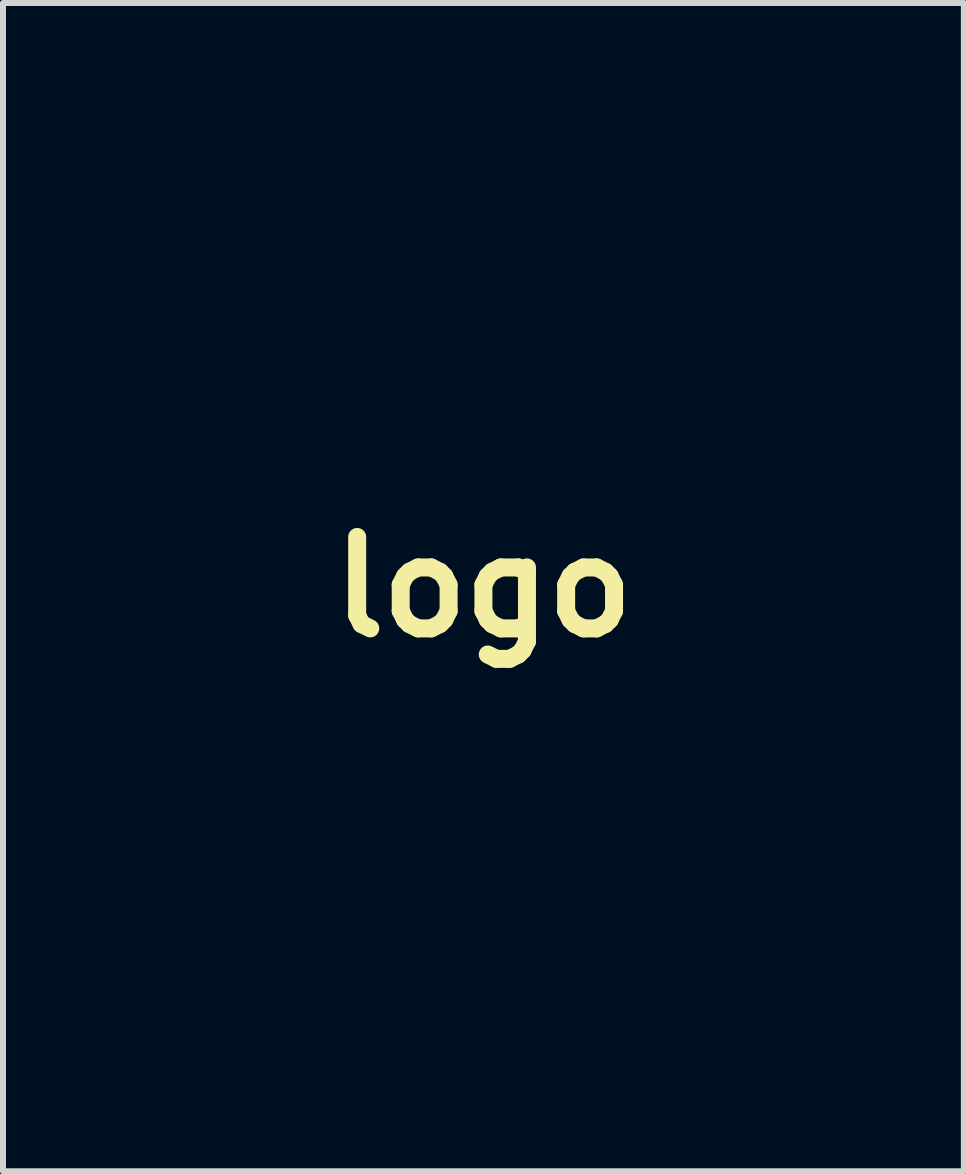
<source format=kicad_pcb>
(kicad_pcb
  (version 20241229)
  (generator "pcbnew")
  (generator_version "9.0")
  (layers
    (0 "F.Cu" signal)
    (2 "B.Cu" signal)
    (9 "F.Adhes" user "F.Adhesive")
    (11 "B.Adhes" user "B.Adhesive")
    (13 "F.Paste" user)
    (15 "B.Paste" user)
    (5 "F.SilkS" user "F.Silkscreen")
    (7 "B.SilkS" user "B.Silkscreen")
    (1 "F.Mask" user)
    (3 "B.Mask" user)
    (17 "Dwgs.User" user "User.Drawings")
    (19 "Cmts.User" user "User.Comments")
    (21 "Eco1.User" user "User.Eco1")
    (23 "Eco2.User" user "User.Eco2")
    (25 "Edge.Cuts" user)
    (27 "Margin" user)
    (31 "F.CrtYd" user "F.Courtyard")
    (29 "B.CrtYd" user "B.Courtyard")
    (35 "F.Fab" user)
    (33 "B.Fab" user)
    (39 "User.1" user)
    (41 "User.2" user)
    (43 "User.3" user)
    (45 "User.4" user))
  (footprint "logo"
    (layer "F.Cu")
    (at 5.009 6.736)
    (property "Reference" "logo" (at 0 0 0) (layer "F.SilkS") (effects (font (size 1.524 1.524) (thickness 0.3))))
    (attr through_hole)
    (fp_poly (pts (xy 0.226 2.45) (xy 0.302 2.51) (xy 0.362 2.598) (xy 0.392 2.687) (xy 0.395 2.794) (xy 0.368 2.912) (xy 0.316 3.017) (xy 0.303 3.035) (xy 0.231 3.09) (xy 0.144 3.106) (xy 0.059 3.083) (xy 0.003 3.036) (xy -0.047 2.94) (xy -0.071 2.825) (xy -0.069 2.704) (xy -0.044 2.589) (xy 0.003 2.496) (xy 0.065 2.44) (xy 0.144 2.424) (xy 0.226 2.45)) (stroke (width 0.01) (type solid)) (fill no) (layer "Eco2.User"))
    (fp_poly (pts (xy -0.657 -4.776) (xy -0.641 -4.766) (xy -0.643 -4.747) (xy -0.644 -4.744) (xy -0.659 -4.696) (xy -0.661 -4.68) (xy -0.684 -4.668) (xy -0.746 -4.656) (xy -0.833 -4.646) (xy -0.847 -4.645) (xy -0.964 -4.632) (xy -1.083 -4.615) (xy -1.168 -4.6) (xy -1.303 -4.571) (xy -1.269 -4.271) (xy -1.426 -4.271) (xy -1.418 -4.478) (xy -1.411 -4.686) (xy -1.284 -4.72) (xy -1.202 -4.737) (xy -1.089 -4.753) (xy -0.961 -4.767) (xy -0.892 -4.772) (xy -0.774 -4.778) (xy -0.698 -4.78) (xy -0.657 -4.776)) (stroke (width 0.01) (type solid)) (fill no) (layer "Eco2.User"))
    (fp_poly (pts (xy -2.568 -4.756) (xy -2.571 -4.716) (xy -2.586 -4.692) (xy -2.626 -4.679) (xy -2.703 -4.67) (xy -2.727 -4.668) (xy -2.83 -4.66) (xy -2.928 -4.657) (xy -2.98 -4.658) (xy -3.045 -4.658) (xy -3.085 -4.651) (xy -3.089 -4.649) (xy -3.092 -4.619) (xy -3.086 -4.555) (xy -3.077 -4.501) (xy -3.058 -4.393) (xy -3.052 -4.325) (xy -3.062 -4.289) (xy -3.088 -4.274) (xy -3.124 -4.271) (xy -3.164 -4.274) (xy -3.188 -4.291) (xy -3.201 -4.333) (xy -3.211 -4.413) (xy -3.212 -4.425) (xy -3.226 -4.517) (xy -3.243 -4.594) (xy -3.256 -4.63) (xy -3.271 -4.692) (xy -3.267 -4.729) (xy -3.254 -4.752) (xy -3.228 -4.77) (xy -3.18 -4.783) (xy -3.104 -4.795) (xy -2.993 -4.804) (xy -2.84 -4.815) (xy -2.803 -4.817) (xy -2.568 -4.83) (xy -2.568 -4.756)) (stroke (width 0.01) (type solid)) (fill no) (layer "Eco2.User"))
    (fp_poly (pts (xy -1.826 -4.829) (xy -1.779 -4.823) (xy -1.759 -4.806) (xy -1.754 -4.774) (xy -1.754 -4.77) (xy -1.759 -4.736) (xy -1.779 -4.717) (xy -1.828 -4.706) (xy -1.908 -4.699) (xy -2.033 -4.678) (xy -2.115 -4.634) (xy -2.159 -4.564) (xy -2.168 -4.511) (xy -2.169 -4.467) (xy -2.153 -4.444) (xy -2.108 -4.434) (xy -2.047 -4.43) (xy -1.919 -4.422) (xy -1.833 -4.41) (xy -1.783 -4.392) (xy -1.759 -4.365) (xy -1.754 -4.334) (xy -1.757 -4.301) (xy -1.773 -4.282) (xy -1.813 -4.274) (xy -1.889 -4.273) (xy -1.926 -4.274) (xy -2.026 -4.278) (xy -2.116 -4.287) (xy -2.169 -4.297) (xy -2.254 -4.334) (xy -2.299 -4.387) (xy -2.313 -4.469) (xy -2.314 -4.484) (xy -2.291 -4.614) (xy -2.228 -4.716) (xy -2.128 -4.788) (xy -1.994 -4.825) (xy -1.913 -4.831) (xy -1.826 -4.829)) (stroke (width 0.01) (type solid)) (fill no) (layer "Eco2.User"))
    (fp_poly (pts (xy -4.145 -4.84) (xy -4.115 -4.807) (xy -4.074 -4.759) (xy -4.01 -4.688) (xy -3.935 -4.606) (xy -3.914 -4.583) (xy -3.763 -4.422) (xy -3.763 -4.585) (xy -3.761 -4.675) (xy -3.753 -4.726) (xy -3.735 -4.752) (xy -3.706 -4.764) (xy -3.651 -4.776) (xy -3.626 -4.78) (xy -3.618 -4.757) (xy -3.615 -4.696) (xy -3.617 -4.61) (xy -3.624 -4.51) (xy -3.633 -4.411) (xy -3.644 -4.323) (xy -3.657 -4.26) (xy -3.664 -4.241) (xy -3.706 -4.2) (xy -3.761 -4.207) (xy -3.829 -4.261) (xy -3.873 -4.316) (xy -3.941 -4.401) (xy -4.014 -4.485) (xy -4.05 -4.521) (xy -4.137 -4.605) (xy -4.155 -4.4) (xy -4.166 -4.297) (xy -4.178 -4.234) (xy -4.194 -4.204) (xy -4.217 -4.195) (xy -4.218 -4.195) (xy -4.266 -4.204) (xy -4.28 -4.212) (xy -4.291 -4.249) (xy -4.296 -4.322) (xy -4.296 -4.417) (xy -4.29 -4.52) (xy -4.279 -4.616) (xy -4.268 -4.673) (xy -4.244 -4.753) (xy -4.215 -4.815) (xy -4.203 -4.831) (xy -4.174 -4.852) (xy -4.145 -4.84)) (stroke (width 0.01) (type solid)) (fill no) (layer "Eco2.User"))
    (fp_poly (pts (xy 0.534 1.304) (xy 0.712 1.334) (xy 0.86 1.403) (xy 0.988 1.513) (xy 1.001 1.529) (xy 1.079 1.642) (xy 1.114 1.757) (xy 1.107 1.884) (xy 1.06 2.032) (xy 1.057 2.04) (xy 0.989 2.136) (xy 0.879 2.204) (xy 0.727 2.245) (xy 0.623 2.256) (xy 0.519 2.259) (xy 0.442 2.251) (xy 0.37 2.227) (xy 0.31 2.198) (xy 0.176 2.108) (xy 0.087 1.994) (xy 0.04 1.852) (xy 0.032 1.784) (xy 0.034 1.748) (xy 0.156 1.748) (xy 0.172 1.858) (xy 0.223 1.96) (xy 0.307 2.044) (xy 0.343 2.066) (xy 0.468 2.11) (xy 0.612 2.123) (xy 0.755 2.105) (xy 0.839 2.076) (xy 0.881 2.041) (xy 0.927 1.981) (xy 0.969 1.91) (xy 0.996 1.845) (xy 1.001 1.802) (xy 1 1.798) (xy 0.969 1.789) (xy 0.907 1.79) (xy 0.881 1.793) (xy 0.759 1.793) (xy 0.648 1.76) (xy 0.558 1.699) (xy 0.5 1.618) (xy 0.483 1.538) (xy 0.466 1.478) (xy 0.418 1.456) (xy 0.34 1.473) (xy 0.317 1.483) (xy 0.228 1.55) (xy 0.174 1.642) (xy 0.156 1.748) (xy 0.034 1.748) (xy 0.042 1.625) (xy 0.094 1.494) (xy 0.183 1.395) (xy 0.305 1.33) (xy 0.459 1.303) (xy 0.534 1.304)) (stroke (width 0.01) (type solid)) (fill no) (layer "Eco2.User"))
    (fp_poly (pts (xy 0.772 3.19) (xy 0.879 3.216) (xy 0.932 3.244) (xy 1.033 3.341) (xy 1.092 3.452) (xy 1.112 3.565) (xy 1.1 3.715) (xy 1.044 3.858) (xy 0.949 3.981) (xy 0.859 4.051) (xy 0.73 4.107) (xy 0.581 4.134) (xy 0.434 4.131) (xy 0.357 4.113) (xy 0.246 4.051) (xy 0.146 3.951) (xy 0.067 3.825) (xy 0.016 3.686) (xy 0 3.563) (xy 0.018 3.498) (xy 0.153 3.498) (xy 0.169 3.522) (xy 0.225 3.533) (xy 0.27 3.534) (xy 0.351 3.541) (xy 0.412 3.567) (xy 0.473 3.621) (xy 0.538 3.71) (xy 0.561 3.801) (xy 0.543 3.884) (xy 0.509 3.928) (xy 0.471 3.97) (xy 0.458 3.996) (xy 0.479 4.014) (xy 0.536 4.017) (xy 0.614 4.004) (xy 0.702 3.977) (xy 0.755 3.955) (xy 0.869 3.883) (xy 0.939 3.79) (xy 0.97 3.669) (xy 0.973 3.619) (xy 0.963 3.506) (xy 0.925 3.424) (xy 0.856 3.37) (xy 0.748 3.341) (xy 0.598 3.331) (xy 0.587 3.331) (xy 0.428 3.34) (xy 0.3 3.367) (xy 0.209 3.408) (xy 0.16 3.463) (xy 0.153 3.498) (xy 0.018 3.498) (xy 0.023 3.477) (xy 0.087 3.388) (xy 0.181 3.307) (xy 0.296 3.242) (xy 0.371 3.214) (xy 0.503 3.188) (xy 0.641 3.18) (xy 0.772 3.19)) (stroke (width 0.01) (type solid)) (fill no) (layer "Eco2.User"))
    (fp_poly (pts (xy -2.415 -6.729) (xy -2.144 -6.71) (xy -1.907 -6.672) (xy -1.689 -6.612) (xy -1.476 -6.528) (xy -1.411 -6.497) (xy -1.25 -6.408) (xy -1.076 -6.291) (xy -0.897 -6.155) (xy -0.721 -6.007) (xy -0.559 -5.856) (xy -0.419 -5.708) (xy -0.31 -5.572) (xy -0.266 -5.505) (xy -0.23 -5.427) (xy -0.187 -5.311) (xy -0.142 -5.17) (xy -0.097 -5.017) (xy -0.058 -4.863) (xy -0.027 -4.721) (xy -0.022 -4.697) (xy -0.006 -4.553) (xy -0.014 -4.411) (xy -0.048 -4.26) (xy -0.111 -4.09) (xy -0.179 -3.941) (xy -0.301 -3.697) (xy -0.412 -3.495) (xy -0.52 -3.325) (xy -0.631 -3.183) (xy -0.753 -3.059) (xy -0.892 -2.948) (xy -1.054 -2.842) (xy -1.248 -2.734) (xy -1.417 -2.647) (xy -1.728 -2.492) (xy -2.065 -2.493) (xy -2.362 -2.497) (xy -2.627 -2.507) (xy -2.856 -2.523) (xy -3.045 -2.544) (xy -3.191 -2.569) (xy -3.265 -2.59) (xy -3.339 -2.621) (xy -3.446 -2.671) (xy -3.575 -2.734) (xy -3.713 -2.805) (xy -3.79 -2.847) (xy -3.917 -2.915) (xy -4.028 -2.973) (xy -4.117 -3.018) (xy -4.175 -3.045) (xy -4.193 -3.051) (xy -4.216 -3.03) (xy -4.221 -3.001) (xy -4.243 -2.955) (xy -4.304 -2.931) (xy -4.396 -2.929) (xy -4.439 -2.935) (xy -4.529 -2.952) (xy -4.519 -1.025) (xy -4.517 -0.649) (xy -4.514 -0.32) (xy -4.512 -0.036) (xy -4.509 0.208) (xy -4.505 0.414) (xy -4.501 0.585) (xy -4.496 0.726) (xy -4.491 0.839) (xy -4.484 0.928) (xy -4.476 0.996) (xy -4.466 1.046) (xy -4.456 1.082) (xy -4.443 1.107) (xy -4.431 1.122) (xy -4.398 1.128) (xy -4.329 1.129) (xy -4.238 1.125) (xy -4.138 1.117) (xy -4.043 1.107) (xy -3.967 1.095) (xy -3.924 1.084) (xy -3.92 1.081) (xy -3.929 1.058) (xy -3.968 1.016) (xy -3.991 0.995) (xy -4.048 0.937) (xy -4.059 0.889) (xy -4.024 0.849) (xy -3.939 0.811) (xy -3.911 0.802) (xy -3.83 0.776) (xy -3.766 0.756) (xy -3.742 0.748) (xy -3.732 0.727) (xy -3.757 0.68) (xy -3.786 0.643) (xy -3.842 0.567) (xy -3.861 0.515) (xy -3.841 0.482) (xy -3.778 0.464) (xy -3.669 0.458) (xy -3.629 0.458) (xy -3.535 0.454) (xy -3.474 0.441) (xy -3.426 0.411) (xy -3.404 0.391) (xy -3.379 0.368) (xy -3.361 0.349) (xy -3.351 0.326) (xy -3.351 0.293) (xy -3.362 0.241) (xy -3.384 0.163) (xy -3.418 0.052) (xy -3.466 -0.1) (xy -3.47 -0.112) (xy -3.532 -0.312) (xy -3.32 -0.299) (xy -3.211 -0.289) (xy -3.112 -0.271) (xy -3.007 -0.24) (xy -2.879 -0.192) (xy -2.825 -0.171) (xy -2.543 -0.056) (xy -2.543 -0.181) (xy -2.541 -0.255) (xy -2.53 -0.292) (xy -2.503 -0.304) (xy -2.473 -0.305) (xy -2.412 -0.292) (xy -2.331 -0.258) (xy -2.276 -0.229) (xy -2.198 -0.185) (xy -2.137 -0.161) (xy -2.087 -0.16) (xy -2.043 -0.187) (xy -2.001 -0.245) (xy -1.955 -0.34) (xy -1.899 -0.476) (xy -1.854 -0.593) (xy -1.805 -0.719) (xy -1.758 -0.826) (xy -1.719 -0.907) (xy -1.69 -0.953) (xy -1.683 -0.96) (xy -1.628 -0.957) (xy -1.543 -0.92) (xy -1.435 -0.854) (xy -1.308 -0.76) (xy -1.168 -0.643) (xy -1.144 -0.622) (xy -0.977 -0.473) (xy -0.844 -0.355) (xy -0.74 -0.264) (xy -0.662 -0.197) (xy -0.606 -0.15) (xy -0.567 -0.121) (xy -0.541 -0.106) (xy -0.525 -0.102) (xy -0.524 -0.102) (xy -0.503 -0.125) (xy -0.467 -0.189) (xy -0.422 -0.289) (xy -0.369 -0.418) (xy -0.357 -0.451) (xy -0.274 -0.665) (xy -0.208 -0.834) (xy -0.155 -0.964) (xy -0.114 -1.058) (xy -0.084 -1.121) (xy -0.062 -1.157) (xy -0.046 -1.169) (xy -0.045 -1.17) (xy -0.01 -1.151) (xy 0.052 -1.1) (xy 0.134 -1.022) (xy 0.23 -0.925) (xy 0.334 -0.814) (xy 0.439 -0.696) (xy 0.541 -0.577) (xy 0.632 -0.465) (xy 0.681 -0.4) (xy 0.781 -0.269) (xy 0.864 -0.17) (xy 0.927 -0.107) (xy 0.961 -0.085) (xy 0.999 -0.083) (xy 1.04 -0.1) (xy 1.089 -0.139) (xy 1.15 -0.205) (xy 1.226 -0.303) (xy 1.323 -0.437) (xy 1.397 -0.543) (xy 1.51 -0.706) (xy 1.599 -0.831) (xy 1.668 -0.922) (xy 1.72 -0.984) (xy 1.758 -1.02) (xy 1.787 -1.036) (xy 1.811 -1.036) (xy 1.813 -1.035) (xy 1.846 -1.002) (xy 1.891 -0.931) (xy 1.943 -0.829) (xy 1.997 -0.708) (xy 2.05 -0.576) (xy 2.097 -0.443) (xy 2.125 -0.352) (xy 2.169 -0.195) (xy 2.207 -0.083) (xy 2.241 -0.012) (xy 2.279 0.023) (xy 2.323 0.026) (xy 2.381 0.002) (xy 2.455 -0.045) (xy 2.466 -0.052) (xy 2.57 -0.118) (xy 2.679 -0.179) (xy 2.781 -0.231) (xy 2.866 -0.266) (xy 2.92 -0.28) (xy 2.92 -0.28) (xy 2.985 -0.261) (xy 3.017 -0.205) (xy 3.014 -0.112) (xy 2.978 0.017) (xy 2.912 0.172) (xy 2.871 0.261) (xy 2.839 0.332) (xy 2.823 0.373) (xy 2.822 0.378) (xy 2.846 0.382) (xy 2.914 0.385) (xy 3.019 0.387) (xy 3.154 0.388) (xy 3.311 0.387) (xy 3.414 0.386) (xy 3.628 0.384) (xy 3.796 0.385) (xy 3.925 0.389) (xy 4.02 0.398) (xy 4.085 0.411) (xy 4.128 0.43) (xy 4.153 0.454) (xy 4.16 0.47) (xy 4.167 0.501) (xy 4.164 0.539) (xy 4.147 0.591) (xy 4.114 0.663) (xy 4.062 0.761) (xy 3.989 0.891) (xy 3.916 1.017) (xy 3.838 1.153) (xy 3.767 1.281) (xy 3.707 1.393) (xy 3.664 1.478) (xy 3.645 1.52) (xy 3.621 1.588) (xy 3.617 1.629) (xy 3.634 1.662) (xy 3.649 1.678) (xy 3.71 1.721) (xy 3.778 1.719) (xy 3.859 1.671) (xy 3.884 1.651) (xy 3.973 1.572) (xy 4.066 1.663) (xy 4.122 1.715) (xy 4.164 1.748) (xy 4.176 1.754) (xy 4.204 1.738) (xy 4.249 1.698) (xy 4.256 1.691) (xy 4.339 1.642) (xy 4.445 1.634) (xy 4.569 1.666) (xy 4.704 1.736) (xy 4.848 1.843) (xy 4.875 1.867) (xy 4.961 1.952) (xy 5.004 2.014) (xy 5.002 2.056) (xy 4.953 2.08) (xy 4.857 2.089) (xy 4.763 2.089) (xy 4.579 2.083) (xy 4.483 2.206) (xy 4.424 2.282) (xy 4.372 2.351) (xy 4.348 2.386) (xy 4.31 2.443) (xy 4.181 2.374) (xy 4.053 2.305) (xy 3.986 2.373) (xy 3.927 2.418) (xy 3.873 2.44) (xy 3.866 2.441) (xy 3.826 2.447) (xy 3.82 2.469) (xy 3.852 2.51) (xy 3.922 2.573) (xy 3.973 2.614) (xy 4.057 2.686) (xy 4.159 2.78) (xy 4.273 2.89) (xy 4.394 3.012) (xy 4.517 3.139) (xy 4.636 3.265) (xy 4.746 3.385) (xy 4.841 3.492) (xy 4.916 3.582) (xy 4.965 3.648) (xy 4.983 3.685) (xy 4.983 3.685) (xy 4.972 3.704) (xy 4.934 3.717) (xy 4.865 3.723) (xy 4.761 3.724) (xy 4.617 3.718) (xy 4.429 3.706) (xy 4.343 3.7) (xy 4.186 3.69) (xy 4.046 3.683) (xy 3.931 3.679) (xy 3.85 3.679) (xy 3.809 3.683) (xy 3.806 3.684) (xy 3.81 3.712) (xy 3.835 3.779) (xy 3.876 3.875) (xy 3.932 3.995) (xy 3.998 4.132) (xy 4.006 4.147) (xy 4.118 4.374) (xy 4.205 4.559) (xy 4.269 4.704) (xy 4.309 4.811) (xy 4.327 4.882) (xy 4.323 4.918) (xy 4.319 4.922) (xy 4.277 4.931) (xy 4.195 4.935) (xy 4.083 4.936) (xy 3.95 4.932) (xy 3.807 4.925) (xy 3.664 4.914) (xy 3.611 4.908) (xy 3.476 4.897) (xy 3.384 4.897) (xy 3.326 4.913) (xy 3.294 4.947) (xy 3.282 5.005) (xy 3.28 5.061) (xy 3.284 5.135) (xy 3.295 5.244) (xy 3.311 5.376) (xy 3.33 5.516) (xy 3.333 5.534) (xy 3.357 5.7) (xy 3.368 5.823) (xy 3.367 5.908) (xy 3.351 5.961) (xy 3.32 5.99) (xy 3.274 6) (xy 3.263 6) (xy 3.219 5.991) (xy 3.137 5.965) (xy 3.023 5.925) (xy 2.887 5.875) (xy 2.737 5.816) (xy 2.69 5.797) (xy 2.541 5.737) (xy 2.406 5.684) (xy 2.295 5.64) (xy 2.214 5.61) (xy 2.17 5.595) (xy 2.165 5.594) (xy 2.147 5.607) (xy 2.111 5.647) (xy 2.055 5.718) (xy 1.978 5.822) (xy 1.877 5.961) (xy 1.751 6.14) (xy 1.7 6.212) (xy 1.631 6.306) (xy 1.568 6.386) (xy 1.519 6.441) (xy 1.497 6.46) (xy 1.465 6.465) (xy 1.42 6.447) (xy 1.355 6.402) (xy 1.298 6.356) (xy 1.205 6.271) (xy 1.111 6.174) (xy 1.041 6.091) (xy 0.983 6.019) (xy 0.93 5.963) (xy 0.897 5.938) (xy 0.852 5.943) (xy 0.775 5.977) (xy 0.673 6.034) (xy 0.554 6.111) (xy 0.424 6.202) (xy 0.291 6.304) (xy 0.24 6.346) (xy 0.135 6.433) (xy 0.029 6.521) (xy -0.062 6.596) (xy -0.11 6.636) (xy -0.204 6.705) (xy -0.274 6.734) (xy -0.327 6.725) (xy -0.355 6.701) (xy -0.37 6.663) (xy -0.39 6.586) (xy -0.412 6.48) (xy -0.434 6.357) (xy -0.435 6.352) (xy -0.468 6.157) (xy -0.501 5.998) (xy -0.532 5.878) (xy -0.56 5.802) (xy -0.584 5.772) (xy -0.587 5.772) (xy -0.617 5.781) (xy -0.687 5.807) (xy -0.788 5.846) (xy -0.912 5.896) (xy -1.041 5.95) (xy -1.179 6.006) (xy -1.301 6.056) (xy -1.4 6.094) (xy -1.467 6.119) (xy -1.494 6.128) (xy -1.516 6.119) (xy -1.531 6.09) (xy -1.542 6.034) (xy -1.548 5.943) (xy -1.551 5.813) (xy -1.551 5.707) (xy -1.552 5.581) (xy -1.556 5.475) (xy -1.562 5.397) (xy -1.568 5.358) (xy -1.57 5.356) (xy -1.599 5.361) (xy -1.665 5.384) (xy -1.756 5.422) (xy -1.856 5.465) (xy -1.995 5.527) (xy -2.096 5.569) (xy -2.166 5.594) (xy -2.214 5.603) (xy -2.248 5.6) (xy -2.266 5.591) (xy -2.281 5.573) (xy -2.282 5.537) (xy -2.268 5.477) (xy -2.237 5.385) (xy -2.193 5.269) (xy -2.192 5.252) (xy -2.208 5.243) (xy -2.245 5.241) (xy -2.31 5.248) (xy -2.408 5.264) (xy -2.545 5.289) (xy -2.725 5.325) (xy -2.748 5.33) (xy -2.895 5.358) (xy -3.027 5.382) (xy -3.134 5.398) (xy -3.209 5.407) (xy -3.241 5.407) (xy -3.272 5.374) (xy -3.276 5.306) (xy -3.254 5.201) (xy -3.229 5.123) (xy -3.197 5.015) (xy -3.18 4.929) (xy -3.181 4.873) (xy -3.196 4.856) (xy -3.226 4.864) (xy -3.294 4.885) (xy -3.388 4.917) (xy -3.477 4.947) (xy -3.633 4.996) (xy -3.747 5.021) (xy -3.82 5.021) (xy -3.856 4.993) (xy -3.858 4.937) (xy -3.827 4.853) (xy -3.803 4.805) (xy -3.755 4.7) (xy -3.74 4.627) (xy -3.758 4.579) (xy -3.804 4.55) (xy -3.847 4.528) (xy -3.862 4.496) (xy -3.859 4.434) (xy -3.857 4.421) (xy -3.852 4.354) (xy -3.864 4.319) (xy -3.903 4.298) (xy -3.916 4.293) (xy -3.972 4.26) (xy -3.995 4.202) (xy -3.997 4.187) (xy -4.011 4.132) (xy -4.05 4.083) (xy -4.059 4.076) (xy -3.86 4.076) (xy -3.84 4.119) (xy -3.775 4.15) (xy -3.752 4.155) (xy -3.695 4.169) (xy -3.669 4.194) (xy -3.662 4.247) (xy -3.661 4.28) (xy -3.657 4.35) (xy -3.638 4.389) (xy -3.592 4.413) (xy -3.585 4.416) (xy -3.526 4.461) (xy -3.508 4.53) (xy -3.533 4.622) (xy -3.56 4.673) (xy -3.595 4.743) (xy -3.61 4.8) (xy -3.602 4.829) (xy -3.595 4.831) (xy -3.567 4.821) (xy -3.502 4.795) (xy -3.41 4.757) (xy -3.311 4.714) (xy -3.195 4.664) (xy -3.116 4.633) (xy -3.067 4.618) (xy -3.037 4.619) (xy -3.017 4.631) (xy -3.008 4.643) (xy -2.984 4.69) (xy -2.983 4.716) (xy -3 4.774) (xy -3.018 4.859) (xy -3.037 4.958) (xy -3.053 5.057) (xy -3.065 5.145) (xy -3.07 5.207) (xy -3.067 5.23) (xy -3.037 5.232) (xy -2.966 5.223) (xy -2.862 5.207) (xy -2.735 5.183) (xy -2.636 5.163) (xy -2.424 5.119) (xy -2.257 5.088) (xy -2.133 5.07) (xy -2.048 5.063) (xy -1.999 5.068) (xy -1.983 5.084) (xy -1.983 5.084) (xy -1.993 5.123) (xy -2.017 5.19) (xy -2.037 5.24) (xy -2.065 5.313) (xy -2.078 5.365) (xy -2.076 5.382) (xy -2.048 5.378) (xy -1.984 5.357) (xy -1.893 5.321) (xy -1.789 5.276) (xy -1.66 5.221) (xy -1.569 5.187) (xy -1.511 5.174) (xy -1.477 5.179) (xy -1.477 5.18) (xy -1.459 5.201) (xy -1.445 5.245) (xy -1.435 5.32) (xy -1.427 5.433) (xy -1.423 5.52) (xy -1.417 5.644) (xy -1.408 5.75) (xy -1.399 5.828) (xy -1.39 5.866) (xy -1.39 5.867) (xy -1.367 5.888) (xy -1.33 5.895) (xy -1.273 5.886) (xy -1.187 5.859) (xy -1.068 5.813) (xy -0.946 5.761) (xy -0.795 5.698) (xy -0.685 5.652) (xy -0.607 5.623) (xy -0.556 5.608) (xy -0.523 5.605) (xy -0.503 5.611) (xy -0.49 5.625) (xy -0.462 5.678) (xy -0.428 5.771) (xy -0.392 5.89) (xy -0.357 6.025) (xy -0.327 6.165) (xy -0.317 6.217) (xy -0.293 6.349) (xy -0.275 6.438) (xy -0.261 6.494) (xy -0.248 6.523) (xy -0.234 6.534) (xy -0.227 6.534) (xy -0.198 6.519) (xy -0.141 6.476) (xy -0.064 6.414) (xy 0.001 6.358) (xy 0.107 6.271) (xy 0.229 6.177) (xy 0.362 6.08) (xy 0.497 5.985) (xy 0.628 5.898) (xy 0.746 5.823) (xy 0.845 5.765) (xy 0.917 5.73) (xy 0.949 5.721) (xy 0.967 5.74) (xy 1.004 5.791) (xy 1.049 5.856) (xy 1.102 5.929) (xy 1.169 6.014) (xy 1.244 6.102) (xy 1.317 6.184) (xy 1.382 6.251) (xy 1.429 6.294) (xy 1.448 6.306) (xy 1.468 6.286) (xy 1.513 6.231) (xy 1.577 6.146) (xy 1.657 6.039) (xy 1.747 5.915) (xy 1.768 5.886) (xy 1.861 5.757) (xy 1.945 5.641) (xy 2.016 5.545) (xy 2.069 5.476) (xy 2.098 5.441) (xy 2.1 5.439) (xy 2.126 5.435) (xy 2.18 5.446) (xy 2.267 5.475) (xy 2.389 5.521) (xy 2.553 5.588) (xy 2.598 5.607) (xy 2.745 5.667) (xy 2.879 5.721) (xy 2.993 5.763) (xy 3.078 5.793) (xy 3.125 5.806) (xy 3.127 5.806) (xy 3.16 5.806) (xy 3.179 5.792) (xy 3.187 5.756) (xy 3.188 5.684) (xy 3.188 5.632) (xy 3.183 5.533) (xy 3.173 5.403) (xy 3.159 5.258) (xy 3.145 5.136) (xy 3.131 5.014) (xy 3.122 4.911) (xy 3.117 4.836) (xy 3.118 4.8) (xy 3.118 4.799) (xy 3.146 4.794) (xy 3.217 4.788) (xy 3.324 4.784) (xy 3.457 4.781) (xy 3.611 4.78) (xy 3.651 4.78) (xy 4.171 4.78) (xy 3.965 4.372) (xy 3.889 4.226) (xy 3.813 4.083) (xy 3.741 3.954) (xy 3.681 3.851) (xy 3.65 3.801) (xy 3.595 3.718) (xy 3.552 3.648) (xy 3.527 3.603) (xy 3.526 3.6) (xy 3.53 3.553) (xy 3.564 3.51) (xy 3.611 3.491) (xy 3.628 3.494) (xy 3.665 3.501) (xy 3.743 3.51) (xy 3.851 3.52) (xy 3.98 3.53) (xy 4.025 3.534) (xy 4.174 3.544) (xy 4.321 3.555) (xy 4.452 3.564) (xy 4.55 3.572) (xy 4.56 3.573) (xy 4.735 3.586) (xy 4.633 3.465) (xy 4.514 3.331) (xy 4.369 3.181) (xy 4.211 3.026) (xy 4.051 2.879) (xy 3.902 2.75) (xy 3.802 2.67) (xy 3.704 2.595) (xy 3.618 2.526) (xy 3.554 2.472) (xy 3.525 2.445) (xy 3.494 2.405) (xy 3.489 2.375) (xy 3.515 2.352) (xy 3.578 2.332) (xy 3.684 2.312) (xy 3.743 2.302) (xy 3.828 2.274) (xy 3.908 2.227) (xy 3.916 2.221) (xy 3.962 2.186) (xy 4.005 2.17) (xy 4.06 2.17) (xy 4.142 2.185) (xy 4.203 2.2) (xy 4.246 2.203) (xy 4.291 2.183) (xy 4.351 2.133) (xy 4.382 2.102) (xy 4.466 2.032) (xy 4.559 1.971) (xy 4.616 1.943) (xy 4.734 1.898) (xy 4.636 1.839) (xy 4.534 1.791) (xy 4.447 1.785) (xy 4.361 1.822) (xy 4.289 1.88) (xy 4.18 1.98) (xy 4.059 1.877) (xy 3.938 1.773) (xy 3.851 1.857) (xy 3.764 1.941) (xy 3.628 1.848) (xy 3.546 1.788) (xy 3.473 1.729) (xy 3.434 1.693) (xy 3.376 1.631) (xy 3.439 1.546) (xy 3.472 1.498) (xy 3.525 1.414) (xy 3.592 1.303) (xy 3.669 1.173) (xy 3.751 1.034) (xy 3.752 1.033) (xy 3.837 0.885) (xy 3.899 0.775) (xy 3.941 0.696) (xy 3.965 0.643) (xy 3.974 0.608) (xy 3.97 0.587) (xy 3.957 0.571) (xy 3.952 0.568) (xy 3.929 0.557) (xy 3.89 0.549) (xy 3.829 0.544) (xy 3.741 0.541) (xy 3.62 0.542) (xy 3.459 0.545) (xy 3.254 0.55) (xy 3.248 0.55) (xy 3.029 0.555) (xy 2.858 0.557) (xy 2.732 0.557) (xy 2.648 0.553) (xy 2.603 0.546) (xy 2.593 0.54) (xy 2.604 0.507) (xy 2.633 0.439) (xy 2.675 0.346) (xy 2.721 0.252) (xy 2.789 0.105) (xy 2.831 -0.001) (xy 2.847 -0.068) (xy 2.838 -0.099) (xy 2.827 -0.102) (xy 2.791 -0.087) (xy 2.725 -0.049) (xy 2.637 0.007) (xy 2.539 0.075) (xy 2.439 0.147) (xy 2.409 0.17) (xy 2.334 0.223) (xy 2.274 0.258) (xy 2.239 0.267) (xy 2.237 0.267) (xy 2.201 0.225) (xy 2.157 0.144) (xy 2.11 0.034) (xy 2.062 -0.097) (xy 2.022 -0.227) (xy 1.985 -0.352) (xy 1.943 -0.482) (xy 1.901 -0.606) (xy 1.862 -0.712) (xy 1.83 -0.789) (xy 1.816 -0.816) (xy 1.802 -0.827) (xy 1.78 -0.82) (xy 1.747 -0.791) (xy 1.699 -0.734) (xy 1.632 -0.646) (xy 1.542 -0.523) (xy 1.48 -0.436) (xy 1.361 -0.271) (xy 1.265 -0.145) (xy 1.19 -0.051) (xy 1.13 0.013) (xy 1.081 0.052) (xy 1.04 0.072) (xy 1.01 0.076) (xy 0.968 0.07) (xy 0.922 0.048) (xy 0.867 0.006) (xy 0.799 -0.059) (xy 0.713 -0.153) (xy 0.605 -0.28) (xy 0.482 -0.43) (xy 0.353 -0.587) (xy 0.253 -0.708) (xy 0.177 -0.799) (xy 0.121 -0.863) (xy 0.082 -0.905) (xy 0.055 -0.929) (xy 0.038 -0.939) (xy 0.03 -0.941) (xy 0.012 -0.918) (xy -0.02 -0.857) (xy -0.063 -0.765) (xy -0.113 -0.651) (xy -0.166 -0.523) (xy -0.22 -0.39) (xy -0.269 -0.26) (xy -0.312 -0.142) (xy -0.333 -0.079) (xy -0.365 0.009) (xy -0.396 0.077) (xy -0.42 0.111) (xy -0.422 0.112) (xy -0.462 0.107) (xy -0.53 0.072) (xy -0.626 0.005) (xy -0.754 -0.095) (xy -0.915 -0.23) (xy -1.005 -0.308) (xy -1.19 -0.468) (xy -1.339 -0.595) (xy -1.453 -0.688) (xy -1.534 -0.749) (xy -1.569 -0.772) (xy -1.59 -0.773) (xy -1.616 -0.749) (xy -1.648 -0.696) (xy -1.688 -0.608) (xy -1.741 -0.481) (xy -1.804 -0.32) (xy -1.851 -0.203) (xy -1.896 -0.103) (xy -1.935 -0.029) (xy -1.961 0.008) (xy -1.963 0.009) (xy -1.998 0.019) (xy -2.053 0.01) (xy -2.138 -0.019) (xy -2.197 -0.043) (xy -2.388 -0.123) (xy -2.383 0.008) (xy -2.381 0.085) (xy -2.388 0.123) (xy -2.41 0.135) (xy -2.445 0.133) (xy -2.497 0.119) (xy -2.581 0.089) (xy -2.682 0.047) (xy -2.737 0.022) (xy -2.844 -0.023) (xy -2.967 -0.069) (xy -3.093 -0.112) (xy -3.21 -0.147) (xy -3.305 -0.17) (xy -3.36 -0.178) (xy -3.362 -0.156) (xy -3.348 -0.099) (xy -3.321 -0.019) (xy -3.317 -0.007) (xy -3.281 0.104) (xy -3.252 0.222) (xy -3.238 0.304) (xy -3.234 0.396) (xy -3.251 0.461) (xy -3.297 0.507) (xy -3.379 0.545) (xy -3.464 0.572) (xy -3.553 0.6) (xy -3.598 0.623) (xy -3.605 0.648) (xy -3.582 0.679) (xy -3.581 0.681) (xy -3.563 0.729) (xy -3.586 0.786) (xy -3.644 0.843) (xy -3.725 0.89) (xy -3.791 0.921) (xy -3.832 0.946) (xy -3.839 0.954) (xy -3.826 0.993) (xy -3.793 1.052) (xy -3.75 1.115) (xy -3.709 1.168) (xy -3.679 1.194) (xy -3.676 1.195) (xy -3.639 1.178) (xy -3.589 1.136) (xy -3.583 1.129) (xy -3.519 1.072) (xy -3.423 1.001) (xy -3.307 0.924) (xy -3.186 0.849) (xy -3.071 0.784) (xy -2.979 0.74) (xy -2.766 0.669) (xy -2.504 0.613) (xy -2.194 0.572) (xy -1.836 0.547) (xy -1.431 0.538) (xy -1.11 0.54) (xy -0.905 0.545) (xy -0.739 0.551) (xy -0.602 0.559) (xy -0.483 0.57) (xy -0.37 0.585) (xy -0.254 0.605) (xy -0.181 0.619) (xy -0.047 0.644) (xy 0.078 0.665) (xy 0.181 0.68) (xy 0.248 0.686) (xy 0.255 0.686) (xy 0.311 0.682) (xy 0.352 0.663) (xy 0.392 0.619) (xy 0.435 0.556) (xy 0.545 0.421) (xy 0.679 0.327) (xy 0.839 0.275) (xy 1.028 0.262) (xy 1.194 0.278) (xy 1.445 0.331) (xy 1.659 0.407) (xy 1.835 0.504) (xy 1.969 0.62) (xy 2.059 0.754) (xy 2.102 0.903) (xy 2.105 0.925) (xy 2.092 1.076) (xy 2.03 1.226) (xy 1.92 1.372) (xy 1.882 1.411) (xy 1.802 1.491) (xy 1.757 1.551) (xy 1.743 1.599) (xy 1.753 1.649) (xy 1.766 1.676) (xy 1.807 1.8) (xy 1.822 1.956) (xy 1.81 2.13) (xy 1.796 2.207) (xy 1.768 2.327) (xy 1.737 2.42) (xy 1.694 2.511) (xy 1.638 2.61) (xy 1.591 2.69) (xy 1.717 2.953) (xy 1.772 3.069) (xy 1.808 3.154) (xy 1.829 3.224) (xy 1.84 3.294) (xy 1.843 3.378) (xy 1.843 3.445) (xy 1.839 3.585) (xy 1.822 3.691) (xy 1.786 3.779) (xy 1.727 3.866) (xy 1.68 3.923) (xy 1.606 4.007) (xy 1.683 4.056) (xy 1.745 4.111) (xy 1.818 4.195) (xy 1.892 4.296) (xy 1.958 4.399) (xy 2.006 4.49) (xy 2.024 4.544) (xy 2.028 4.621) (xy 2.015 4.688) (xy 2.014 4.69) (xy 1.965 4.768) (xy 1.888 4.859) (xy 1.797 4.95) (xy 1.719 5.013) (xy 1.615 5.071) (xy 1.518 5.083) (xy 1.417 5.049) (xy 1.337 4.996) (xy 1.27 4.948) (xy 1.218 4.915) (xy 1.198 4.907) (xy 1.176 4.928) (xy 1.139 4.982) (xy 1.103 5.048) (xy 1.051 5.135) (xy 0.998 5.187) (xy 0.93 5.208) (xy 0.836 5.205) (xy 0.754 5.191) (xy 0.577 5.142) (xy 0.414 5.067) (xy 0.272 4.971) (xy 0.161 4.861) (xy 0.09 4.743) (xy 0.076 4.702) (xy 0.047 4.595) (xy -0.555 4.608) (xy -1.078 4.612) (xy -1.557 4.598) (xy -1.993 4.568) (xy -2.384 4.52) (xy -2.73 4.456) (xy -3.03 4.376) (xy -3.282 4.279) (xy -3.458 4.184) (xy -3.585 4.105) (xy -3.677 4.052) (xy -3.74 4.02) (xy -3.783 4.007) (xy -3.812 4.01) (xy -3.833 4.026) (xy -3.86 4.076) (xy -4.059 4.076) (xy -4.123 4.027) (xy -4.128 4.024) (xy -4.229 3.964) (xy -4.304 3.943) (xy -4.36 3.96) (xy -4.405 4.016) (xy -4.416 4.036) (xy -4.475 4.113) (xy -4.556 4.165) (xy -4.647 4.19) (xy -4.736 4.185) (xy -4.808 4.148) (xy -4.836 4.112) (xy -4.854 4.051) (xy -4.866 3.953) (xy -4.871 3.829) (xy -4.87 3.714) (xy -4.729 3.714) (xy -4.724 3.874) (xy -4.707 3.985) (xy -4.679 4.049) (xy -4.643 4.068) (xy -4.6 4.046) (xy -4.55 3.985) (xy -4.5 3.898) (xy -4.475 3.839) (xy -4.448 3.775) (xy -4.425 3.732) (xy -4.422 3.728) (xy -4.392 3.729) (xy -4.33 3.752) (xy -4.247 3.791) (xy -4.213 3.81) (xy -4.023 3.914) (xy -3.88 3.77) (xy -3.803 3.696) (xy -3.75 3.658) (xy -3.71 3.661) (xy -3.672 3.704) (xy -3.626 3.791) (xy -3.612 3.82) (xy -3.553 3.916) (xy -3.472 4) (xy -3.364 4.075) (xy -3.224 4.143) (xy -3.045 4.209) (xy -2.824 4.274) (xy -2.733 4.297) (xy -2.541 4.343) (xy -2.352 4.38) (xy -2.157 4.408) (xy -1.949 4.43) (xy -1.719 4.446) (xy -1.46 4.456) (xy -1.163 4.461) (xy -0.941 4.462) (xy -0.735 4.461) (xy -0.537 4.46) (xy -0.355 4.457) (xy -0.198 4.453) (xy -0.073 4.449) (xy 0.012 4.444) (xy 0.032 4.442) (xy 0.203 4.423) (xy 0.203 4.525) (xy 0.222 4.661) (xy 0.274 4.783) (xy 0.353 4.875) (xy 0.362 4.882) (xy 0.425 4.918) (xy 0.518 4.959) (xy 0.625 5) (xy 0.728 5.034) (xy 0.812 5.055) (xy 0.843 5.059) (xy 0.883 5.041) (xy 0.938 4.995) (xy 0.976 4.954) (xy 1.039 4.863) (xy 1.081 4.767) (xy 1.087 4.745) (xy 1.109 4.672) (xy 1.14 4.64) (xy 1.186 4.649) (xy 1.249 4.701) (xy 1.321 4.779) (xy 1.393 4.858) (xy 1.445 4.905) (xy 1.49 4.927) (xy 1.539 4.933) (xy 1.541 4.933) (xy 1.62 4.912) (xy 1.709 4.858) (xy 1.794 4.78) (xy 1.861 4.691) (xy 1.871 4.673) (xy 1.892 4.623) (xy 1.893 4.578) (xy 1.871 4.515) (xy 1.861 4.492) (xy 1.769 4.336) (xy 1.654 4.224) (xy 1.515 4.156) (xy 1.512 4.156) (xy 1.43 4.127) (xy 1.366 4.094) (xy 1.343 4.076) (xy 1.327 4.045) (xy 1.343 4.015) (xy 1.386 3.982) (xy 1.498 3.89) (xy 1.592 3.789) (xy 1.657 3.692) (xy 1.677 3.642) (xy 1.698 3.516) (xy 1.702 3.368) (xy 1.688 3.225) (xy 1.665 3.126) (xy 1.629 3.047) (xy 1.573 2.95) (xy 1.512 2.861) (xy 1.457 2.784) (xy 1.417 2.72) (xy 1.399 2.683) (xy 1.398 2.681) (xy 1.414 2.647) (xy 1.453 2.591) (xy 1.484 2.553) (xy 1.568 2.444) (xy 1.623 2.342) (xy 1.655 2.231) (xy 1.671 2.09) (xy 1.673 2.057) (xy 1.672 1.891) (xy 1.648 1.766) (xy 1.6 1.676) (xy 1.526 1.615) (xy 1.521 1.612) (xy 1.464 1.569) (xy 1.458 1.525) (xy 1.501 1.483) (xy 1.579 1.449) (xy 1.701 1.401) (xy 1.787 1.341) (xy 1.854 1.256) (xy 1.896 1.177) (xy 1.95 1.028) (xy 1.967 0.891) (xy 1.947 0.775) (xy 1.916 0.718) (xy 1.836 0.643) (xy 1.717 0.574) (xy 1.57 0.513) (xy 1.405 0.463) (xy 1.236 0.427) (xy 1.072 0.407) (xy 0.925 0.406) (xy 0.806 0.427) (xy 0.767 0.443) (xy 0.697 0.493) (xy 0.613 0.572) (xy 0.528 0.668) (xy 0.453 0.767) (xy 0.436 0.795) (xy 0.398 0.852) (xy 0.371 0.886) (xy 0.365 0.89) (xy 0.337 0.883) (xy 0.271 0.866) (xy 0.18 0.841) (xy 0.132 0.827) (xy -0.026 0.784) (xy -0.165 0.749) (xy -0.294 0.723) (xy -0.423 0.703) (xy -0.56 0.69) (xy -0.716 0.681) (xy -0.899 0.676) (xy -1.118 0.674) (xy -1.259 0.674) (xy -1.603 0.677) (xy -1.903 0.686) (xy -2.164 0.703) (xy -2.392 0.728) (xy -2.593 0.764) (xy -2.773 0.812) (xy -2.937 0.872) (xy -3.092 0.947) (xy -3.244 1.038) (xy -3.398 1.145) (xy -3.432 1.171) (xy -3.549 1.256) (xy -3.639 1.312) (xy -3.715 1.339) (xy -3.789 1.34) (xy -3.873 1.317) (xy -3.98 1.272) (xy -3.985 1.27) (xy -4.117 1.211) (xy -4.242 1.269) (xy -4.342 1.307) (xy -4.421 1.314) (xy -4.446 1.31) (xy -4.526 1.293) (xy -4.526 1.435) (xy -4.523 1.512) (xy -4.517 1.563) (xy -4.512 1.576) (xy -4.485 1.562) (xy -4.434 1.525) (xy -4.4 1.498) (xy -4.3 1.437) (xy -4.198 1.406) (xy -4.135 1.401) (xy -4.088 1.413) (xy -4.038 1.449) (xy -3.992 1.494) (xy -3.933 1.557) (xy -3.903 1.609) (xy -3.891 1.673) (xy -3.89 1.739) (xy -3.897 1.839) (xy -3.915 1.934) (xy -3.928 1.974) (xy -3.947 2.019) (xy -3.96 2.055) (xy -3.962 2.082) (xy -3.949 2.103) (xy -3.915 2.117) (xy -3.855 2.127) (xy -3.766 2.132) (xy -3.642 2.135) (xy -3.478 2.136) (xy -3.27 2.136) (xy -3.179 2.136) (xy -2.393 2.136) (xy -2.377 2.428) (xy -2.091 2.435) (xy -1.805 2.443) (xy -1.805 2.028) (xy -1.705 1.936) (xy -1.633 1.854) (xy -1.569 1.756) (xy -1.549 1.716) (xy -1.482 1.585) (xy -1.404 1.468) (xy -1.32 1.37) (xy -1.237 1.299) (xy -1.162 1.261) (xy -1.108 1.261) (xy -1.071 1.292) (xy -1.082 1.334) (xy -1.137 1.383) (xy -1.155 1.394) (xy -1.257 1.48) (xy -1.347 1.611) (xy -1.422 1.78) (xy -1.423 1.783) (xy -1.471 1.95) (xy -1.492 2.096) (xy -1.486 2.215) (xy -1.454 2.302) (xy -1.396 2.35) (xy -1.381 2.355) (xy -1.322 2.361) (xy -1.292 2.336) (xy -1.287 2.275) (xy -1.301 2.185) (xy -1.318 2.058) (xy -1.303 1.957) (xy -1.253 1.866) (xy -1.188 1.795) (xy -0.911 1.795) (xy -0.905 1.87) (xy -0.859 1.961) (xy -0.773 2.063) (xy -0.759 2.077) (xy -0.684 2.139) (xy -0.602 2.197) (xy -0.52 2.244) (xy -0.45 2.276) (xy -0.4 2.287) (xy -0.381 2.273) (xy -0.381 2.273) (xy -0.394 2.244) (xy -0.425 2.186) (xy -0.467 2.114) (xy -0.532 2.001) (xy -0.567 1.925) (xy -0.574 1.879) (xy -0.556 1.858) (xy -0.538 1.856) (xy -0.489 1.875) (xy -0.438 1.922) (xy -0.435 1.926) (xy -0.4 1.971) (xy -0.386 1.976) (xy -0.382 1.945) (xy -0.382 1.939) (xy -0.404 1.884) (xy -0.462 1.825) (xy -0.544 1.77) (xy -0.637 1.73) (xy -0.698 1.715) (xy -0.807 1.713) (xy -0.878 1.741) (xy -0.911 1.795) (xy -1.188 1.795) (xy -1.174 1.779) (xy -1.04 1.677) (xy -0.894 1.619) (xy -0.73 1.602) (xy -0.592 1.616) (xy -0.48 1.662) (xy -0.386 1.737) (xy -0.282 1.859) (xy -0.219 1.985) (xy -0.198 2.109) (xy -0.221 2.222) (xy -0.228 2.235) (xy -0.243 2.269) (xy -0.254 2.308) (xy -0.261 2.359) (xy -0.265 2.429) (xy -0.267 2.527) (xy -0.266 2.658) (xy -0.262 2.83) (xy -0.261 2.898) (xy -0.258 3.14) (xy -0.26 3.352) (xy -0.267 3.532) (xy -0.278 3.674) (xy -0.294 3.775) (xy -0.314 3.831) (xy -0.318 3.835) (xy -0.34 3.839) (xy -0.357 3.801) (xy -0.37 3.718) (xy -0.377 3.589) (xy -0.381 3.411) (xy -0.381 3.356) (xy -0.382 3.191) (xy -0.386 3.02) (xy -0.39 2.86) (xy -0.396 2.728) (xy -0.398 2.687) (xy -0.415 2.438) (xy -0.557 2.365) (xy -0.712 2.279) (xy -0.827 2.196) (xy -0.912 2.106) (xy -0.977 2.002) (xy -0.978 1.999) (xy -1.029 1.91) (xy -1.069 1.866) (xy -1.104 1.866) (xy -1.138 1.908) (xy -1.143 1.918) (xy -1.173 2.012) (xy -1.17 2.126) (xy -1.144 2.242) (xy -1.125 2.316) (xy -1.125 2.366) (xy -1.149 2.416) (xy -1.178 2.459) (xy -1.233 2.58) (xy -1.242 2.714) (xy -1.205 2.86) (xy -1.175 2.947) (xy -1.144 3.051) (xy -1.131 3.1) (xy -1.095 3.203) (xy -1.043 3.306) (xy -1.018 3.345) (xy -0.974 3.415) (xy -0.946 3.472) (xy -0.941 3.494) (xy -0.953 3.53) (xy -0.985 3.529) (xy -1.031 3.497) (xy -1.084 3.44) (xy -1.139 3.366) (xy -1.189 3.279) (xy -1.219 3.212) (xy -1.253 3.123) (xy -1.283 3.046) (xy -1.298 3.007) (xy -1.333 2.96) (xy -1.374 2.953) (xy -1.407 2.986) (xy -1.408 2.988) (xy -1.409 3.043) (xy -1.386 3.135) (xy -1.343 3.259) (xy -1.282 3.409) (xy -1.205 3.577) (xy -1.153 3.684) (xy -1.085 3.821) (xy -1.04 3.919) (xy -1.017 3.984) (xy -1.014 4.023) (xy -1.028 4.04) (xy -1.045 4.043) (xy -1.089 4.02) (xy -1.146 3.957) (xy -1.211 3.862) (xy -1.28 3.742) (xy -1.347 3.605) (xy -1.408 3.458) (xy -1.411 3.45) (xy -1.455 3.357) (xy -1.508 3.306) (xy -1.582 3.29) (xy -1.66 3.296) (xy -1.773 3.311) (xy -1.792 3.067) (xy -1.81 2.822) (xy -2.099 2.822) (xy -2.237 2.824) (xy -2.332 2.832) (xy -2.392 2.849) (xy -2.425 2.88) (xy -2.438 2.928) (xy -2.441 2.986) (xy -2.441 3.051) (xy -2.803 3.051) (xy -2.978 3.053) (xy -3.177 3.056) (xy -3.374 3.062) (xy -3.525 3.068) (xy -3.884 3.084) (xy -3.873 3.239) (xy -3.878 3.38) (xy -3.92 3.488) (xy -4 3.57) (xy -4.074 3.61) (xy -4.13 3.633) (xy -4.177 3.641) (xy -4.224 3.631) (xy -4.28 3.598) (xy -4.357 3.538) (xy -4.442 3.467) (xy -4.52 3.404) (xy -4.587 3.356) (xy -4.631 3.332) (xy -4.638 3.331) (xy -4.675 3.355) (xy -4.703 3.426) (xy -4.722 3.538) (xy -4.729 3.689) (xy -4.729 3.714) (xy -4.87 3.714) (xy -4.869 3.695) (xy -4.862 3.561) (xy -4.849 3.442) (xy -4.831 3.349) (xy -4.823 3.326) (xy -4.796 3.244) (xy -4.793 3.189) (xy -4.799 3.172) (xy -4.612 3.172) (xy -4.537 3.212) (xy -4.478 3.251) (xy -4.401 3.31) (xy -4.335 3.367) (xy -4.24 3.442) (xy -4.166 3.476) (xy -4.105 3.469) (xy -4.05 3.423) (xy -4.044 3.416) (xy -3.999 3.324) (xy -4 3.23) (xy -4.049 3.145) (xy -4.054 3.139) (xy -4.093 3.106) (xy -4.137 3.087) (xy -4.202 3.079) (xy -4.302 3.076) (xy -4.306 3.076) (xy -4.416 3.08) (xy -4.49 3.092) (xy -4.541 3.115) (xy -4.553 3.124) (xy -4.612 3.172) (xy -4.799 3.172) (xy -4.806 3.152) (xy -4.814 3.112) (xy -4.822 3.025) (xy -4.83 2.895) (xy -4.837 2.726) (xy -4.843 2.522) (xy -4.844 2.508) (xy -4.729 2.508) (xy -4.728 2.656) (xy -4.726 2.786) (xy -4.722 2.889) (xy -4.717 2.958) (xy -4.712 2.984) (xy -4.683 2.99) (xy -4.661 2.946) (xy -4.644 2.851) (xy -4.634 2.741) (xy -4.631 2.626) (xy -4.635 2.498) (xy -4.645 2.369) (xy -4.659 2.25) (xy -4.661 2.237) (xy -4.5 2.237) (xy -4.5 2.924) (xy -3.536 2.924) (xy -3.27 2.923) (xy -3.051 2.922) (xy -2.877 2.92) (xy -2.744 2.916) (xy -2.648 2.911) (xy -2.587 2.905) (xy -2.556 2.897) (xy -2.552 2.894) (xy -2.54 2.848) (xy -2.53 2.765) (xy -2.524 2.66) (xy -2.523 2.61) (xy -2.386 2.61) (xy -2.378 2.64) (xy -2.377 2.641) (xy -2.331 2.661) (xy -2.25 2.673) (xy -2.151 2.677) (xy -2.05 2.674) (xy -1.962 2.664) (xy -1.903 2.646) (xy -1.894 2.64) (xy -1.885 2.611) (xy -1.922 2.589) (xy -2.002 2.574) (xy -2.123 2.569) (xy -2.136 2.569) (xy -2.262 2.574) (xy -2.346 2.588) (xy -2.386 2.61) (xy -2.523 2.61) (xy -2.521 2.546) (xy -2.522 2.471) (xy -1.672 2.471) (xy -1.671 2.586) (xy -1.668 2.711) (xy -1.663 2.836) (xy -1.657 2.952) (xy -1.65 3.046) (xy -1.643 3.111) (xy -1.637 3.133) (xy -1.608 3.151) (xy -1.577 3.122) (xy -1.547 3.051) (xy -1.538 3.018) (xy -1.512 2.937) (xy -1.48 2.871) (xy -1.468 2.854) (xy -1.407 2.757) (xy -1.396 2.652) (xy -1.412 2.583) (xy -1.444 2.519) (xy -1.495 2.445) (xy -1.554 2.374) (xy -1.611 2.318) (xy -1.654 2.29) (xy -1.662 2.288) (xy -1.668 2.312) (xy -1.671 2.376) (xy -1.672 2.471) (xy -2.522 2.471) (xy -2.523 2.439) (xy -2.528 2.351) (xy -2.538 2.297) (xy -2.54 2.292) (xy -2.549 2.278) (xy -2.56 2.267) (xy -2.581 2.258) (xy -2.614 2.251) (xy -2.666 2.246) (xy -2.74 2.242) (xy -2.843 2.24) (xy -2.978 2.238) (xy -3.152 2.238) (xy -3.368 2.237) (xy -3.535 2.237) (xy -4.5 2.237) (xy -4.661 2.237) (xy -4.676 2.153) (xy -4.695 2.09) (xy -4.696 2.087) (xy -4.576 2.087) (xy -4.356 2.08) (xy -4.249 2.075) (xy -4.18 2.067) (xy -4.136 2.053) (xy -4.106 2.028) (xy -4.085 2.003) (xy -4.043 1.911) (xy -4.022 1.783) (xy -4.018 1.697) (xy -4.024 1.646) (xy -4.045 1.614) (xy -4.077 1.589) (xy -4.139 1.561) (xy -4.201 1.566) (xy -4.221 1.573) (xy -4.359 1.646) (xy -4.465 1.758) (xy -4.536 1.906) (xy -4.561 2.003) (xy -4.576 2.087) (xy -4.696 2.087) (xy -4.704 2.075) (xy -4.714 2.088) (xy -4.722 2.153) (xy -4.727 2.267) (xy -4.729 2.431) (xy -4.729 2.508) (xy -4.844 2.508) (xy -4.85 2.286) (xy -4.855 2.022) (xy -4.86 1.735) (xy -4.865 1.427) (xy -4.869 1.103) (xy -4.873 0.765) (xy -4.876 0.419) (xy -4.878 0.068) (xy -4.88 -0.285) (xy -4.88 -0.443) (xy -4.727 -0.443) (xy -4.727 -0.143) (xy -4.726 0.151) (xy -4.726 0.433) (xy -4.725 0.701) (xy -4.724 0.949) (xy -4.722 1.173) (xy -4.72 1.369) (xy -4.718 1.531) (xy -4.716 1.657) (xy -4.713 1.741) (xy -4.71 1.779) (xy -4.71 1.78) (xy -4.703 1.777) (xy -4.697 1.728) (xy -4.691 1.635) (xy -4.686 1.504) (xy -4.681 1.338) (xy -4.677 1.14) (xy -4.673 0.916) (xy -4.67 0.669) (xy -4.667 0.402) (xy -4.665 0.121) (xy -4.664 -0.172) (xy -4.663 -0.472) (xy -4.664 -0.775) (xy -4.665 -1.077) (xy -4.667 -1.374) (xy -4.669 -1.526) (xy -4.672 -1.791) (xy -4.676 -2.039) (xy -4.68 -2.266) (xy -4.684 -2.467) (xy -4.689 -2.638) (xy -4.693 -2.774) (xy -4.698 -2.872) (xy -4.702 -2.927) (xy -4.705 -2.937) (xy -4.709 -2.904) (xy -4.712 -2.824) (xy -4.714 -2.703) (xy -4.717 -2.543) (xy -4.719 -2.351) (xy -4.721 -2.13) (xy -4.722 -1.884) (xy -4.724 -1.618) (xy -4.725 -1.337) (xy -4.726 -1.044) (xy -4.726 -0.745) (xy -4.727 -0.443) (xy -4.88 -0.443) (xy -4.881 -0.636) (xy -4.881 -0.981) (xy -4.881 -1.316) (xy -4.88 -1.638) (xy -4.878 -1.942) (xy -4.876 -2.226) (xy -4.873 -2.485) (xy -4.869 -2.715) (xy -4.864 -2.913) (xy -4.859 -3.076) (xy -4.852 -3.198) (xy -4.845 -3.277) (xy -4.837 -3.309) (xy -4.81 -3.363) (xy -4.811 -3.446) (xy -4.841 -3.563) (xy -4.881 -3.671) (xy -4.944 -3.853) (xy -4.984 -4.032) (xy -5.003 -4.224) (xy -5.004 -4.371) (xy -4.853 -4.371) (xy -4.851 -4.303) (xy -4.846 -4.159) (xy -4.839 -4.052) (xy -4.828 -3.968) (xy -4.811 -3.896) (xy -4.785 -3.821) (xy -4.757 -3.75) (xy -4.711 -3.63) (xy -4.685 -3.533) (xy -4.675 -3.437) (xy -4.675 -3.377) (xy -4.675 -3.286) (xy -4.668 -3.23) (xy -4.649 -3.196) (xy -4.612 -3.168) (xy -4.595 -3.157) (xy -4.524 -3.119) (xy -4.461 -3.092) (xy -4.456 -3.09) (xy -4.423 -3.084) (xy -4.406 -3.097) (xy -4.4 -3.141) (xy -4.399 -3.213) (xy -4.398 -3.286) (xy -4.394 -3.335) (xy -4.379 -3.36) (xy -4.349 -3.36) (xy -4.298 -3.333) (xy -4.219 -3.279) (xy -4.109 -3.196) (xy -4.04 -3.144) (xy -3.784 -2.977) (xy -3.492 -2.837) (xy -3.174 -2.726) (xy -2.886 -2.658) (xy -2.731 -2.638) (xy -2.547 -2.627) (xy -2.347 -2.626) (xy -2.145 -2.634) (xy -1.956 -2.65) (xy -1.794 -2.673) (xy -1.704 -2.694) (xy -1.545 -2.75) (xy -1.364 -2.83) (xy -1.18 -2.924) (xy -1.011 -3.025) (xy -0.932 -3.078) (xy -0.844 -3.151) (xy -0.749 -3.247) (xy -0.673 -3.337) (xy -0.613 -3.427) (xy -0.539 -3.553) (xy -0.459 -3.7) (xy -0.378 -3.858) (xy -0.303 -4.013) (xy -0.24 -4.153) (xy -0.196 -4.266) (xy -0.192 -4.279) (xy -0.157 -4.462) (xy -0.163 -4.677) (xy -0.208 -4.923) (xy -0.217 -4.958) (xy -0.267 -5.133) (xy -0.32 -5.278) (xy -0.382 -5.403) (xy -0.461 -5.523) (xy -0.564 -5.647) (xy -0.698 -5.788) (xy -0.735 -5.826) (xy -0.953 -6.033) (xy -1.156 -6.2) (xy -1.354 -6.331) (xy -1.555 -6.428) (xy -1.77 -6.497) (xy -2.007 -6.541) (xy -2.276 -6.563) (xy -2.53 -6.569) (xy -2.715 -6.567) (xy -2.862 -6.563) (xy -2.983 -6.555) (xy -3.089 -6.542) (xy -3.194 -6.523) (xy -3.235 -6.514) (xy -3.572 -6.42) (xy -3.87 -6.295) (xy -4.127 -6.138) (xy -4.345 -5.95) (xy -4.523 -5.731) (xy -4.66 -5.482) (xy -4.726 -5.307) (xy -4.789 -5.082) (xy -4.829 -4.863) (xy -4.85 -4.631) (xy -4.853 -4.371) (xy -5.004 -4.371) (xy -5.004 -4.443) (xy -5.002 -4.512) (xy -4.968 -4.873) (xy -4.902 -5.201) (xy -4.806 -5.496) (xy -4.679 -5.753) (xy -4.523 -5.971) (xy -4.448 -6.051) (xy -4.219 -6.243) (xy -3.952 -6.406) (xy -3.654 -6.539) (xy -3.331 -6.638) (xy -2.988 -6.703) (xy -2.631 -6.731) (xy -2.415 -6.729)) (stroke (width 0.01) (type solid)) (fill no) (layer "Eco2.User")))
  (gr_rect
    (start -3 -3)
    (end 13.018 16.475)
    (stroke (width 0.1) (type default))
    (fill no)
    (layer "Edge.Cuts")))
</source>
